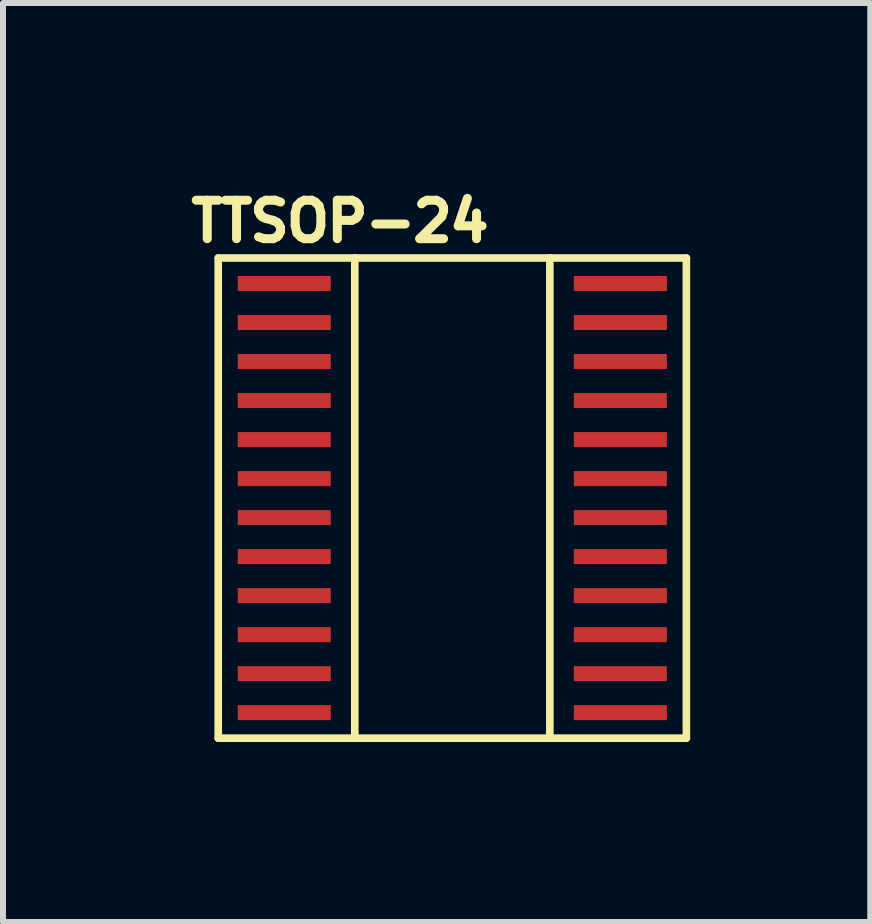
<source format=kicad_pcb>
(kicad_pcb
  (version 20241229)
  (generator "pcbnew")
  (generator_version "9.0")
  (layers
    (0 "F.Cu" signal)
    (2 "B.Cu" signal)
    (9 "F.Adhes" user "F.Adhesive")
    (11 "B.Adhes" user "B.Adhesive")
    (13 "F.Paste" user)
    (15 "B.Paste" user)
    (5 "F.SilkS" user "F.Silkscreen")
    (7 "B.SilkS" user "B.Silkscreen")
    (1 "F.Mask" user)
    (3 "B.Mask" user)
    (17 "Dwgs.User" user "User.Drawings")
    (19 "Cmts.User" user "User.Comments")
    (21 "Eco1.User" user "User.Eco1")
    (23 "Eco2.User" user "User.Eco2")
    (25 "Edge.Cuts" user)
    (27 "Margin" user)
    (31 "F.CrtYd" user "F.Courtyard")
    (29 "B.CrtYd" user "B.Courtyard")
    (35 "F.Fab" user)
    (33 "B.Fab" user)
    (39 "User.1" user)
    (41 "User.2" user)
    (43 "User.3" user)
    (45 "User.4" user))
  (footprint "TTSOP-24"
    (layer "F.Cu")
    (at 4.486 5.249)
    (property "Reference" "TTSOP-24" (at -1.87 -4.611 0) (layer "F.SilkS") (effects (font (size 0.641 0.641) (thickness 0.15))))
    (attr smd)
    (fp_line (start -3.9 -4) (end -1.625 -4) (stroke (width 0.127) (type solid)) (layer "F.SilkS"))
    (fp_line (start -3.9 4) (end -3.9 -4) (stroke (width 0.127) (type solid)) (layer "F.SilkS"))
    (fp_line (start -1.625 -4) (end -1.625 4) (stroke (width 0.127) (type solid)) (layer "F.SilkS"))
    (fp_line (start -1.625 -4) (end 1.625 -4) (stroke (width 0.127) (type solid)) (layer "F.SilkS"))
    (fp_line (start -1.625 4) (end -3.9 4) (stroke (width 0.127) (type solid)) (layer "F.SilkS"))
    (fp_line (start 1.625 -4) (end 1.625 4) (stroke (width 0.127) (type solid)) (layer "F.SilkS"))
    (fp_line (start 1.625 -4) (end 3.9 -4) (stroke (width 0.127) (type solid)) (layer "F.SilkS"))
    (fp_line (start 1.625 4) (end -1.625 4) (stroke (width 0.127) (type solid)) (layer "F.SilkS"))
    (fp_line (start 3.9 -4) (end 3.9 4) (stroke (width 0.127) (type solid)) (layer "F.SilkS"))
    (fp_line (start 3.9 4) (end 1.625 4) (stroke (width 0.127) (type solid)) (layer "F.SilkS"))
    (pad "P$1" smd rect (at -2.8 -3.575) (size 1.55 0.25) (layers "F.Cu" "F.Mask" "F.Paste"))
    (pad "P$2" smd rect (at -2.8 -2.925) (size 1.55 0.25) (layers "F.Cu" "F.Mask" "F.Paste"))
    (pad "P$3" smd rect (at -2.8 -2.275) (size 1.55 0.25) (layers "F.Cu" "F.Mask" "F.Paste"))
    (pad "P$4" smd rect (at -2.8 -1.625) (size 1.55 0.25) (layers "F.Cu" "F.Mask" "F.Paste"))
    (pad "P$5" smd rect (at -2.8 -0.975) (size 1.55 0.25) (layers "F.Cu" "F.Mask" "F.Paste"))
    (pad "P$6" smd rect (at -2.8 -0.325) (size 1.55 0.25) (layers "F.Cu" "F.Mask" "F.Paste"))
    (pad "P$7" smd rect (at -2.8 0.325) (size 1.55 0.25) (layers "F.Cu" "F.Mask" "F.Paste"))
    (pad "P$8" smd rect (at -2.8 0.975) (size 1.55 0.25) (layers "F.Cu" "F.Mask" "F.Paste"))
    (pad "P$9" smd rect (at -2.8 1.625) (size 1.55 0.25) (layers "F.Cu" "F.Mask" "F.Paste"))
    (pad "P$10" smd rect (at -2.8 2.275) (size 1.55 0.25) (layers "F.Cu" "F.Mask" "F.Paste"))
    (pad "P$11" smd rect (at -2.8 2.925) (size 1.55 0.25) (layers "F.Cu" "F.Mask" "F.Paste"))
    (pad "P$12" smd rect (at -2.8 3.575) (size 1.55 0.25) (layers "F.Cu" "F.Mask" "F.Paste"))
    (pad "P$13" smd rect (at 2.8 3.575) (size 1.55 0.25) (layers "F.Cu" "F.Mask" "F.Paste"))
    (pad "P$14" smd rect (at 2.8 2.925) (size 1.55 0.25) (layers "F.Cu" "F.Mask" "F.Paste"))
    (pad "P$15" smd rect (at 2.8 2.275) (size 1.55 0.25) (layers "F.Cu" "F.Mask" "F.Paste"))
    (pad "P$16" smd rect (at 2.8 1.625) (size 1.55 0.25) (layers "F.Cu" "F.Mask" "F.Paste"))
    (pad "P$17" smd rect (at 2.8 0.975) (size 1.55 0.25) (layers "F.Cu" "F.Mask" "F.Paste"))
    (pad "P$18" smd rect (at 2.8 0.325) (size 1.55 0.25) (layers "F.Cu" "F.Mask" "F.Paste"))
    (pad "P$19" smd rect (at 2.8 -0.325) (size 1.55 0.25) (layers "F.Cu" "F.Mask" "F.Paste"))
    (pad "P$20" smd rect (at 2.8 -0.975) (size 1.55 0.25) (layers "F.Cu" "F.Mask" "F.Paste"))
    (pad "P$21" smd rect (at 2.8 -1.625) (size 1.55 0.25) (layers "F.Cu" "F.Mask" "F.Paste"))
    (pad "P$22" smd rect (at 2.8 -2.275) (size 1.55 0.25) (layers "F.Cu" "F.Mask" "F.Paste"))
    (pad "P$23" smd rect (at 2.8 -2.925) (size 1.55 0.25) (layers "F.Cu" "F.Mask" "F.Paste"))
    (pad "P$24" smd rect (at 2.8 -3.575) (size 1.55 0.25) (layers "F.Cu" "F.Mask" "F.Paste")))
  (gr_rect
    (start -3 -3)
    (end 11.45 12.312)
    (stroke (width 0.1) (type default))
    (fill no)
    (layer "Edge.Cuts")))
</source>
